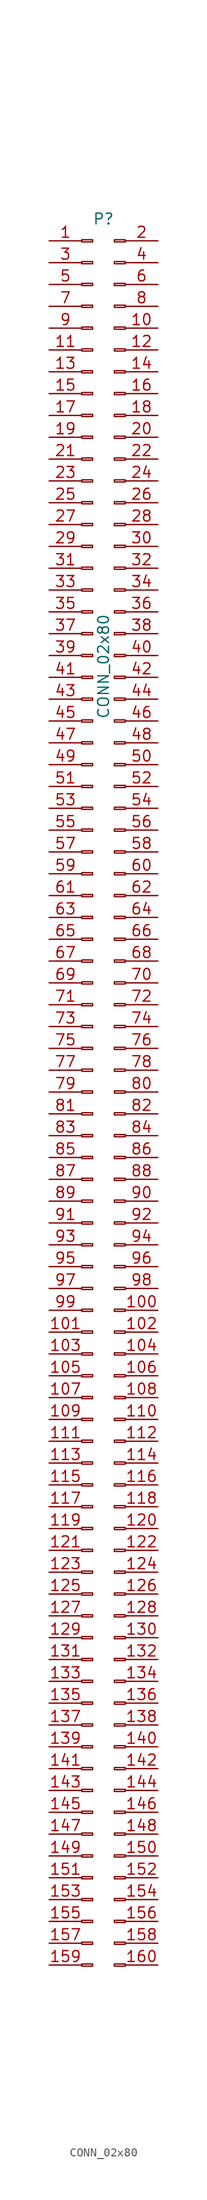
<source format=kicad_sym>
(kicad_symbol_lib
  (version 20211014)
  (generator kicad_symbol_editor)
  (symbol "CONN_02x80"
    (pin_names
      (offset 0.025) hide)
    (property "Reference" "P"
      (at 0 102.87 0)
      (effects (font (size 1.27 1.27))))
    (property "Value" "CONN_02x80"
      (at 0 50.8 90)
      (effects (font (size 1.27 1.27))))
    (property "Footprint" ""
      (at 0 50.8 0)
      (effects (font (size 1.524 1.524))))
    (property "Datasheet" ""
      (at 0 50.8 0)
      (effects (font (size 1.524 1.524))))
    (symbol "CONN_02x80_0_1"
      (rectangle (start -2.54 -100.203) (end -1.27 -100.457) (stroke (width 0) (type default) (color 0 0 0 0)) (fill (type none)))
      (rectangle (start -2.54 -97.663) (end -1.27 -97.917) (stroke (width 0) (type default) (color 0 0 0 0)) (fill (type none)))
      (rectangle (start -2.54 -95.123) (end -1.27 -95.377) (stroke (width 0) (type default) (color 0 0 0 0)) (fill (type none)))
      (rectangle (start -2.54 -92.583) (end -1.27 -92.837) (stroke (width 0) (type default) (color 0 0 0 0)) (fill (type none)))
      (rectangle (start -2.54 -90.043) (end -1.27 -90.297) (stroke (width 0) (type default) (color 0 0 0 0)) (fill (type none)))
      (rectangle (start -2.54 -87.503) (end -1.27 -87.757) (stroke (width 0) (type default) (color 0 0 0 0)) (fill (type none)))
      (rectangle (start -2.54 -84.963) (end -1.27 -85.217) (stroke (width 0) (type default) (color 0 0 0 0)) (fill (type none)))
      (rectangle (start -2.54 -82.423) (end -1.27 -82.677) (stroke (width 0) (type default) (color 0 0 0 0)) (fill (type none)))
      (rectangle (start -2.54 -79.883) (end -1.27 -80.137) (stroke (width 0) (type default) (color 0 0 0 0)) (fill (type none)))
      (rectangle (start -2.54 -77.343) (end -1.27 -77.597) (stroke (width 0) (type default) (color 0 0 0 0)) (fill (type none)))
      (rectangle (start -2.54 -74.803) (end -1.27 -75.057) (stroke (width 0) (type default) (color 0 0 0 0)) (fill (type none)))
      (rectangle (start -2.54 -72.263) (end -1.27 -72.517) (stroke (width 0) (type default) (color 0 0 0 0)) (fill (type none)))
      (rectangle (start -2.54 -69.723) (end -1.27 -69.977) (stroke (width 0) (type default) (color 0 0 0 0)) (fill (type none)))
      (rectangle (start -2.54 -67.183) (end -1.27 -67.437) (stroke (width 0) (type default) (color 0 0 0 0)) (fill (type none)))
      (rectangle (start -2.54 -64.643) (end -1.27 -64.897) (stroke (width 0) (type default) (color 0 0 0 0)) (fill (type none)))
      (rectangle (start -2.54 -62.103) (end -1.27 -62.357) (stroke (width 0) (type default) (color 0 0 0 0)) (fill (type none)))
      (rectangle (start -2.54 -59.563) (end -1.27 -59.817) (stroke (width 0) (type default) (color 0 0 0 0)) (fill (type none)))
      (rectangle (start -2.54 -57.023) (end -1.27 -57.277) (stroke (width 0) (type default) (color 0 0 0 0)) (fill (type none)))
      (rectangle (start -2.54 -54.483) (end -1.27 -54.737) (stroke (width 0) (type default) (color 0 0 0 0)) (fill (type none)))
      (rectangle (start -2.54 -51.943) (end -1.27 -52.197) (stroke (width 0) (type default) (color 0 0 0 0)) (fill (type none)))
      (rectangle (start -2.54 -49.403) (end -1.27 -49.657) (stroke (width 0) (type default) (color 0 0 0 0)) (fill (type none)))
      (rectangle (start -2.54 -46.863) (end -1.27 -47.117) (stroke (width 0) (type default) (color 0 0 0 0)) (fill (type none)))
      (rectangle (start -2.54 -44.323) (end -1.27 -44.577) (stroke (width 0) (type default) (color 0 0 0 0)) (fill (type none)))
      (rectangle (start -2.54 -41.783) (end -1.27 -42.037) (stroke (width 0) (type default) (color 0 0 0 0)) (fill (type none)))
      (rectangle (start -2.54 -39.243) (end -1.27 -39.497) (stroke (width 0) (type default) (color 0 0 0 0)) (fill (type none)))
      (rectangle (start -2.54 -36.703) (end -1.27 -36.957) (stroke (width 0) (type default) (color 0 0 0 0)) (fill (type none)))
      (rectangle (start -2.54 -34.163) (end -1.27 -34.417) (stroke (width 0) (type default) (color 0 0 0 0)) (fill (type none)))
      (rectangle (start -2.54 -31.623) (end -1.27 -31.877) (stroke (width 0) (type default) (color 0 0 0 0)) (fill (type none)))
      (rectangle (start -2.54 -29.083) (end -1.27 -29.337) (stroke (width 0) (type default) (color 0 0 0 0)) (fill (type none)))
      (rectangle (start -2.54 -26.543) (end -1.27 -26.797) (stroke (width 0) (type default) (color 0 0 0 0)) (fill (type none)))
      (rectangle (start -2.54 -24.003) (end -1.27 -24.257) (stroke (width 0) (type default) (color 0 0 0 0)) (fill (type none)))
      (rectangle (start -2.54 -21.463) (end -1.27 -21.717) (stroke (width 0) (type default) (color 0 0 0 0)) (fill (type none)))
      (rectangle (start -2.54 -18.923) (end -1.27 -19.177) (stroke (width 0) (type default) (color 0 0 0 0)) (fill (type none)))
      (rectangle (start -2.54 -16.383) (end -1.27 -16.637) (stroke (width 0) (type default) (color 0 0 0 0)) (fill (type none)))
      (rectangle (start -2.54 -13.843) (end -1.27 -14.097) (stroke (width 0) (type default) (color 0 0 0 0)) (fill (type none)))
      (rectangle (start -2.54 -11.303) (end -1.27 -11.557) (stroke (width 0) (type default) (color 0 0 0 0)) (fill (type none)))
      (rectangle (start -2.54 -8.763) (end -1.27 -9.017) (stroke (width 0) (type default) (color 0 0 0 0)) (fill (type none)))
      (rectangle (start -2.54 -6.223) (end -1.27 -6.477) (stroke (width 0) (type default) (color 0 0 0 0)) (fill (type none)))
      (rectangle (start -2.54 -3.683) (end -1.27 -3.937) (stroke (width 0) (type default) (color 0 0 0 0)) (fill (type none)))
      (rectangle (start -2.54 -1.143) (end -1.27 -1.397) (stroke (width 0) (type default) (color 0 0 0 0)) (fill (type none)))
      (rectangle (start -2.54 1.397) (end -1.27 1.143) (stroke (width 0) (type default) (color 0 0 0 0)) (fill (type none)))
      (rectangle (start -2.54 3.937) (end -1.27 3.683) (stroke (width 0) (type default) (color 0 0 0 0)) (fill (type none)))
      (rectangle (start -2.54 6.477) (end -1.27 6.223) (stroke (width 0) (type default) (color 0 0 0 0)) (fill (type none)))
      (rectangle (start -2.54 9.017) (end -1.27 8.763) (stroke (width 0) (type default) (color 0 0 0 0)) (fill (type none)))
      (rectangle (start -2.54 11.557) (end -1.27 11.303) (stroke (width 0) (type default) (color 0 0 0 0)) (fill (type none)))
      (rectangle (start -2.54 14.097) (end -1.27 13.843) (stroke (width 0) (type default) (color 0 0 0 0)) (fill (type none)))
      (rectangle (start -2.54 16.637) (end -1.27 16.383) (stroke (width 0) (type default) (color 0 0 0 0)) (fill (type none)))
      (rectangle (start -2.54 19.177) (end -1.27 18.923) (stroke (width 0) (type default) (color 0 0 0 0)) (fill (type none)))
      (rectangle (start -2.54 21.717) (end -1.27 21.463) (stroke (width 0) (type default) (color 0 0 0 0)) (fill (type none)))
      (rectangle (start -2.54 24.257) (end -1.27 24.003) (stroke (width 0) (type default) (color 0 0 0 0)) (fill (type none)))
      (rectangle (start -2.54 26.797) (end -1.27 26.543) (stroke (width 0) (type default) (color 0 0 0 0)) (fill (type none)))
      (rectangle (start -2.54 29.337) (end -1.27 29.083) (stroke (width 0) (type default) (color 0 0 0 0)) (fill (type none)))
      (rectangle (start -2.54 31.877) (end -1.27 31.623) (stroke (width 0) (type default) (color 0 0 0 0)) (fill (type none)))
      (rectangle (start -2.54 34.417) (end -1.27 34.163) (stroke (width 0) (type default) (color 0 0 0 0)) (fill (type none)))
      (rectangle (start -2.54 36.957) (end -1.27 36.703) (stroke (width 0) (type default) (color 0 0 0 0)) (fill (type none)))
      (rectangle (start -2.54 39.497) (end -1.27 39.243) (stroke (width 0) (type default) (color 0 0 0 0)) (fill (type none)))
      (rectangle (start -2.54 42.037) (end -1.27 41.783) (stroke (width 0) (type default) (color 0 0 0 0)) (fill (type none)))
      (rectangle (start -2.54 44.577) (end -1.27 44.323) (stroke (width 0) (type default) (color 0 0 0 0)) (fill (type none)))
      (rectangle (start -2.54 47.117) (end -1.27 46.863) (stroke (width 0) (type default) (color 0 0 0 0)) (fill (type none)))
      (rectangle (start -2.54 49.657) (end -1.27 49.403) (stroke (width 0) (type default) (color 0 0 0 0)) (fill (type none)))
      (rectangle (start -2.54 52.197) (end -1.27 51.943) (stroke (width 0) (type default) (color 0 0 0 0)) (fill (type none)))
      (rectangle (start -2.54 54.737) (end -1.27 54.483) (stroke (width 0) (type default) (color 0 0 0 0)) (fill (type none)))
      (rectangle (start -2.54 57.277) (end -1.27 57.023) (stroke (width 0) (type default) (color 0 0 0 0)) (fill (type none)))
      (rectangle (start -2.54 59.817) (end -1.27 59.563) (stroke (width 0) (type default) (color 0 0 0 0)) (fill (type none)))
      (rectangle (start -2.54 62.357) (end -1.27 62.103) (stroke (width 0) (type default) (color 0 0 0 0)) (fill (type none)))
      (rectangle (start -2.54 64.897) (end -1.27 64.643) (stroke (width 0) (type default) (color 0 0 0 0)) (fill (type none)))
      (rectangle (start -2.54 67.437) (end -1.27 67.183) (stroke (width 0) (type default) (color 0 0 0 0)) (fill (type none)))
      (rectangle (start -2.54 69.977) (end -1.27 69.723) (stroke (width 0) (type default) (color 0 0 0 0)) (fill (type none)))
      (rectangle (start -2.54 72.517) (end -1.27 72.263) (stroke (width 0) (type default) (color 0 0 0 0)) (fill (type none)))
      (rectangle (start -2.54 75.057) (end -1.27 74.803) (stroke (width 0) (type default) (color 0 0 0 0)) (fill (type none)))
      (rectangle (start -2.54 77.597) (end -1.27 77.343) (stroke (width 0) (type default) (color 0 0 0 0)) (fill (type none)))
      (rectangle (start -2.54 80.137) (end -1.27 79.883) (stroke (width 0) (type default) (color 0 0 0 0)) (fill (type none)))
      (rectangle (start -2.54 82.677) (end -1.27 82.423) (stroke (width 0) (type default) (color 0 0 0 0)) (fill (type none)))
      (rectangle (start -2.54 85.217) (end -1.27 84.963) (stroke (width 0) (type default) (color 0 0 0 0)) (fill (type none)))
      (rectangle (start -2.54 87.757) (end -1.27 87.503) (stroke (width 0) (type default) (color 0 0 0 0)) (fill (type none)))
      (rectangle (start -2.54 90.297) (end -1.27 90.043) (stroke (width 0) (type default) (color 0 0 0 0)) (fill (type none)))
      (rectangle (start -2.54 92.837) (end -1.27 92.583) (stroke (width 0) (type default) (color 0 0 0 0)) (fill (type none)))
      (rectangle (start -2.54 95.377) (end -1.27 95.123) (stroke (width 0) (type default) (color 0 0 0 0)) (fill (type none)))
      (rectangle (start -2.54 97.917) (end -1.27 97.663) (stroke (width 0) (type default) (color 0 0 0 0)) (fill (type none)))
      (rectangle (start -2.54 100.457) (end -1.27 100.203) (stroke (width 0) (type default) (color 0 0 0 0)) (fill (type none)))
      (rectangle (start 1.27 -100.203) (end 2.54 -100.457) (stroke (width 0) (type default) (color 0 0 0 0)) (fill (type none)))
      (rectangle (start 1.27 -97.663) (end 2.54 -97.917) (stroke (width 0) (type default) (color 0 0 0 0)) (fill (type none)))
      (rectangle (start 1.27 -95.123) (end 2.54 -95.377) (stroke (width 0) (type default) (color 0 0 0 0)) (fill (type none)))
      (rectangle (start 1.27 -92.583) (end 2.54 -92.837) (stroke (width 0) (type default) (color 0 0 0 0)) (fill (type none)))
      (rectangle (start 1.27 -90.043) (end 2.54 -90.297) (stroke (width 0) (type default) (color 0 0 0 0)) (fill (type none)))
      (rectangle (start 1.27 -87.503) (end 2.54 -87.757) (stroke (width 0) (type default) (color 0 0 0 0)) (fill (type none)))
      (rectangle (start 1.27 -84.963) (end 2.54 -85.217) (stroke (width 0) (type default) (color 0 0 0 0)) (fill (type none)))
      (rectangle (start 1.27 -82.423) (end 2.54 -82.677) (stroke (width 0) (type default) (color 0 0 0 0)) (fill (type none)))
      (rectangle (start 1.27 -79.883) (end 2.54 -80.137) (stroke (width 0) (type default) (color 0 0 0 0)) (fill (type none)))
      (rectangle (start 1.27 -77.343) (end 2.54 -77.597) (stroke (width 0) (type default) (color 0 0 0 0)) (fill (type none)))
      (rectangle (start 1.27 -74.803) (end 2.54 -75.057) (stroke (width 0) (type default) (color 0 0 0 0)) (fill (type none)))
      (rectangle (start 1.27 -72.263) (end 2.54 -72.517) (stroke (width 0) (type default) (color 0 0 0 0)) (fill (type none)))
      (rectangle (start 1.27 -69.723) (end 2.54 -69.977) (stroke (width 0) (type default) (color 0 0 0 0)) (fill (type none)))
      (rectangle (start 1.27 -67.183) (end 2.54 -67.437) (stroke (width 0) (type default) (color 0 0 0 0)) (fill (type none)))
      (rectangle (start 1.27 -64.643) (end 2.54 -64.897) (stroke (width 0) (type default) (color 0 0 0 0)) (fill (type none)))
      (rectangle (start 1.27 -62.103) (end 2.54 -62.357) (stroke (width 0) (type default) (color 0 0 0 0)) (fill (type none)))
      (rectangle (start 1.27 -59.563) (end 2.54 -59.817) (stroke (width 0) (type default) (color 0 0 0 0)) (fill (type none)))
      (rectangle (start 1.27 -57.023) (end 2.54 -57.277) (stroke (width 0) (type default) (color 0 0 0 0)) (fill (type none)))
      (rectangle (start 1.27 -54.483) (end 2.54 -54.737) (stroke (width 0) (type default) (color 0 0 0 0)) (fill (type none)))
      (rectangle (start 1.27 -51.943) (end 2.54 -52.197) (stroke (width 0) (type default) (color 0 0 0 0)) (fill (type none)))
      (rectangle (start 1.27 -49.403) (end 2.54 -49.657) (stroke (width 0) (type default) (color 0 0 0 0)) (fill (type none)))
      (rectangle (start 1.27 -46.863) (end 2.54 -47.117) (stroke (width 0) (type default) (color 0 0 0 0)) (fill (type none)))
      (rectangle (start 1.27 -44.323) (end 2.54 -44.577) (stroke (width 0) (type default) (color 0 0 0 0)) (fill (type none)))
      (rectangle (start 1.27 -41.783) (end 2.54 -42.037) (stroke (width 0) (type default) (color 0 0 0 0)) (fill (type none)))
      (rectangle (start 1.27 -39.243) (end 2.54 -39.497) (stroke (width 0) (type default) (color 0 0 0 0)) (fill (type none)))
      (rectangle (start 1.27 -36.703) (end 2.54 -36.957) (stroke (width 0) (type default) (color 0 0 0 0)) (fill (type none)))
      (rectangle (start 1.27 -34.163) (end 2.54 -34.417) (stroke (width 0) (type default) (color 0 0 0 0)) (fill (type none)))
      (rectangle (start 1.27 -31.623) (end 2.54 -31.877) (stroke (width 0) (type default) (color 0 0 0 0)) (fill (type none)))
      (rectangle (start 1.27 -29.083) (end 2.54 -29.337) (stroke (width 0) (type default) (color 0 0 0 0)) (fill (type none)))
      (rectangle (start 1.27 -26.543) (end 2.54 -26.797) (stroke (width 0) (type default) (color 0 0 0 0)) (fill (type none)))
      (rectangle (start 1.27 -24.003) (end 2.54 -24.257) (stroke (width 0) (type default) (color 0 0 0 0)) (fill (type none)))
      (rectangle (start 1.27 -21.463) (end 2.54 -21.717) (stroke (width 0) (type default) (color 0 0 0 0)) (fill (type none)))
      (rectangle (start 1.27 -18.923) (end 2.54 -19.177) (stroke (width 0) (type default) (color 0 0 0 0)) (fill (type none)))
      (rectangle (start 1.27 -16.383) (end 2.54 -16.637) (stroke (width 0) (type default) (color 0 0 0 0)) (fill (type none)))
      (rectangle (start 1.27 -13.843) (end 2.54 -14.097) (stroke (width 0) (type default) (color 0 0 0 0)) (fill (type none)))
      (rectangle (start 1.27 -11.303) (end 2.54 -11.557) (stroke (width 0) (type default) (color 0 0 0 0)) (fill (type none)))
      (rectangle (start 1.27 -8.763) (end 2.54 -9.017) (stroke (width 0) (type default) (color 0 0 0 0)) (fill (type none)))
      (rectangle (start 1.27 -6.223) (end 2.54 -6.477) (stroke (width 0) (type default) (color 0 0 0 0)) (fill (type none)))
      (rectangle (start 1.27 -3.683) (end 2.54 -3.937) (stroke (width 0) (type default) (color 0 0 0 0)) (fill (type none)))
      (rectangle (start 1.27 -1.143) (end 2.54 -1.397) (stroke (width 0) (type default) (color 0 0 0 0)) (fill (type none)))
      (rectangle (start 1.27 1.397) (end 2.54 1.143) (stroke (width 0) (type default) (color 0 0 0 0)) (fill (type none)))
      (rectangle (start 1.27 3.937) (end 2.54 3.683) (stroke (width 0) (type default) (color 0 0 0 0)) (fill (type none)))
      (rectangle (start 1.27 6.477) (end 2.54 6.223) (stroke (width 0) (type default) (color 0 0 0 0)) (fill (type none)))
      (rectangle (start 1.27 9.017) (end 2.54 8.763) (stroke (width 0) (type default) (color 0 0 0 0)) (fill (type none)))
      (rectangle (start 1.27 11.557) (end 2.54 11.303) (stroke (width 0) (type default) (color 0 0 0 0)) (fill (type none)))
      (rectangle (start 1.27 14.097) (end 2.54 13.843) (stroke (width 0) (type default) (color 0 0 0 0)) (fill (type none)))
      (rectangle (start 1.27 16.637) (end 2.54 16.383) (stroke (width 0) (type default) (color 0 0 0 0)) (fill (type none)))
      (rectangle (start 1.27 19.177) (end 2.54 18.923) (stroke (width 0) (type default) (color 0 0 0 0)) (fill (type none)))
      (rectangle (start 1.27 21.717) (end 2.54 21.463) (stroke (width 0) (type default) (color 0 0 0 0)) (fill (type none)))
      (rectangle (start 1.27 24.257) (end 2.54 24.003) (stroke (width 0) (type default) (color 0 0 0 0)) (fill (type none)))
      (rectangle (start 1.27 26.797) (end 2.54 26.543) (stroke (width 0) (type default) (color 0 0 0 0)) (fill (type none)))
      (rectangle (start 1.27 29.337) (end 2.54 29.083) (stroke (width 0) (type default) (color 0 0 0 0)) (fill (type none)))
      (rectangle (start 1.27 31.877) (end 2.54 31.623) (stroke (width 0) (type default) (color 0 0 0 0)) (fill (type none)))
      (rectangle (start 1.27 34.417) (end 2.54 34.163) (stroke (width 0) (type default) (color 0 0 0 0)) (fill (type none)))
      (rectangle (start 1.27 36.957) (end 2.54 36.703) (stroke (width 0) (type default) (color 0 0 0 0)) (fill (type none)))
      (rectangle (start 1.27 39.497) (end 2.54 39.243) (stroke (width 0) (type default) (color 0 0 0 0)) (fill (type none)))
      (rectangle (start 1.27 42.037) (end 2.54 41.783) (stroke (width 0) (type default) (color 0 0 0 0)) (fill (type none)))
      (rectangle (start 1.27 44.577) (end 2.54 44.323) (stroke (width 0) (type default) (color 0 0 0 0)) (fill (type none)))
      (rectangle (start 1.27 47.117) (end 2.54 46.863) (stroke (width 0) (type default) (color 0 0 0 0)) (fill (type none)))
      (rectangle (start 1.27 49.657) (end 2.54 49.403) (stroke (width 0) (type default) (color 0 0 0 0)) (fill (type none)))
      (rectangle (start 1.27 52.197) (end 2.54 51.943) (stroke (width 0) (type default) (color 0 0 0 0)) (fill (type none)))
      (rectangle (start 1.27 54.737) (end 2.54 54.483) (stroke (width 0) (type default) (color 0 0 0 0)) (fill (type none)))
      (rectangle (start 1.27 57.277) (end 2.54 57.023) (stroke (width 0) (type default) (color 0 0 0 0)) (fill (type none)))
      (rectangle (start 1.27 59.817) (end 2.54 59.563) (stroke (width 0) (type default) (color 0 0 0 0)) (fill (type none)))
      (rectangle (start 1.27 62.357) (end 2.54 62.103) (stroke (width 0) (type default) (color 0 0 0 0)) (fill (type none)))
      (rectangle (start 1.27 64.897) (end 2.54 64.643) (stroke (width 0) (type default) (color 0 0 0 0)) (fill (type none)))
      (rectangle (start 1.27 67.437) (end 2.54 67.183) (stroke (width 0) (type default) (color 0 0 0 0)) (fill (type none)))
      (rectangle (start 1.27 69.977) (end 2.54 69.723) (stroke (width 0) (type default) (color 0 0 0 0)) (fill (type none)))
      (rectangle (start 1.27 72.517) (end 2.54 72.263) (stroke (width 0) (type default) (color 0 0 0 0)) (fill (type none)))
      (rectangle (start 1.27 75.057) (end 2.54 74.803) (stroke (width 0) (type default) (color 0 0 0 0)) (fill (type none)))
      (rectangle (start 1.27 77.597) (end 2.54 77.343) (stroke (width 0) (type default) (color 0 0 0 0)) (fill (type none)))
      (rectangle (start 1.27 80.137) (end 2.54 79.883) (stroke (width 0) (type default) (color 0 0 0 0)) (fill (type none)))
      (rectangle (start 1.27 82.677) (end 2.54 82.423) (stroke (width 0) (type default) (color 0 0 0 0)) (fill (type none)))
      (rectangle (start 1.27 85.217) (end 2.54 84.963) (stroke (width 0) (type default) (color 0 0 0 0)) (fill (type none)))
      (rectangle (start 1.27 87.757) (end 2.54 87.503) (stroke (width 0) (type default) (color 0 0 0 0)) (fill (type none)))
      (rectangle (start 1.27 90.297) (end 2.54 90.043) (stroke (width 0) (type default) (color 0 0 0 0)) (fill (type none)))
      (rectangle (start 1.27 92.837) (end 2.54 92.583) (stroke (width 0) (type default) (color 0 0 0 0)) (fill (type none)))
      (rectangle (start 1.27 95.377) (end 2.54 95.123) (stroke (width 0) (type default) (color 0 0 0 0)) (fill (type none)))
      (rectangle (start 1.27 97.917) (end 2.54 97.663) (stroke (width 0) (type default) (color 0 0 0 0)) (fill (type none)))
      (rectangle (start 1.27 100.457) (end 2.54 100.203) (stroke (width 0) (type default) (color 0 0 0 0)) (fill (type none))))
    (symbol "CONN_02x80_1_1"
      (pin passive line (at -6.35 100.33 0) (length 3.81) (name "P1" (effects (font (size 1.27 1.27)))) (number "1" (effects (font (size 1.27 1.27)))))
      (pin passive line (at 6.35 90.17 180) (length 3.81) (name "P10" (effects (font (size 1.27 1.27)))) (number "10" (effects (font (size 1.27 1.27)))))
      (pin passive line (at 6.35 -24.13 180) (length 3.81) (name "P20" (effects (font (size 1.27 1.27)))) (number "100" (effects (font (size 1.27 1.27)))))
      (pin passive line (at -6.35 -26.67 0) (length 3.81) (name "P21" (effects (font (size 1.27 1.27)))) (number "101" (effects (font (size 1.27 1.27)))))
      (pin passive line (at 6.35 -26.67 180) (length 3.81) (name "P22" (effects (font (size 1.27 1.27)))) (number "102" (effects (font (size 1.27 1.27)))))
      (pin passive line (at -6.35 -29.21 0) (length 3.81) (name "P23" (effects (font (size 1.27 1.27)))) (number "103" (effects (font (size 1.27 1.27)))))
      (pin passive line (at 6.35 -29.21 180) (length 3.81) (name "P24" (effects (font (size 1.27 1.27)))) (number "104" (effects (font (size 1.27 1.27)))))
      (pin passive line (at -6.35 -31.75 0) (length 3.81) (name "P25" (effects (font (size 1.27 1.27)))) (number "105" (effects (font (size 1.27 1.27)))))
      (pin passive line (at 6.35 -31.75 180) (length 3.81) (name "P26" (effects (font (size 1.27 1.27)))) (number "106" (effects (font (size 1.27 1.27)))))
      (pin passive line (at -6.35 -34.29 0) (length 3.81) (name "P27" (effects (font (size 1.27 1.27)))) (number "107" (effects (font (size 1.27 1.27)))))
      (pin passive line (at 6.35 -34.29 180) (length 3.81) (name "P28" (effects (font (size 1.27 1.27)))) (number "108" (effects (font (size 1.27 1.27)))))
      (pin passive line (at -6.35 -36.83 0) (length 3.81) (name "P29" (effects (font (size 1.27 1.27)))) (number "109" (effects (font (size 1.27 1.27)))))
      (pin passive line (at -6.35 87.63 0) (length 3.81) (name "P11" (effects (font (size 1.27 1.27)))) (number "11" (effects (font (size 1.27 1.27)))))
      (pin passive line (at 6.35 -36.83 180) (length 3.81) (name "P30" (effects (font (size 1.27 1.27)))) (number "110" (effects (font (size 1.27 1.27)))))
      (pin passive line (at -6.35 -39.37 0) (length 3.81) (name "P31" (effects (font (size 1.27 1.27)))) (number "111" (effects (font (size 1.27 1.27)))))
      (pin passive line (at 6.35 -39.37 180) (length 3.81) (name "P32" (effects (font (size 1.27 1.27)))) (number "112" (effects (font (size 1.27 1.27)))))
      (pin passive line (at -6.35 -41.91 0) (length 3.81) (name "P33" (effects (font (size 1.27 1.27)))) (number "113" (effects (font (size 1.27 1.27)))))
      (pin passive line (at 6.35 -41.91 180) (length 3.81) (name "P34" (effects (font (size 1.27 1.27)))) (number "114" (effects (font (size 1.27 1.27)))))
      (pin passive line (at -6.35 -44.45 0) (length 3.81) (name "P35" (effects (font (size 1.27 1.27)))) (number "115" (effects (font (size 1.27 1.27)))))
      (pin passive line (at 6.35 -44.45 180) (length 3.81) (name "P36" (effects (font (size 1.27 1.27)))) (number "116" (effects (font (size 1.27 1.27)))))
      (pin passive line (at -6.35 -46.99 0) (length 3.81) (name "P37" (effects (font (size 1.27 1.27)))) (number "117" (effects (font (size 1.27 1.27)))))
      (pin passive line (at 6.35 -46.99 180) (length 3.81) (name "P38" (effects (font (size 1.27 1.27)))) (number "118" (effects (font (size 1.27 1.27)))))
      (pin passive line (at -6.35 -49.53 0) (length 3.81) (name "P39" (effects (font (size 1.27 1.27)))) (number "119" (effects (font (size 1.27 1.27)))))
      (pin passive line (at 6.35 87.63 180) (length 3.81) (name "P12" (effects (font (size 1.27 1.27)))) (number "12" (effects (font (size 1.27 1.27)))))
      (pin passive line (at 6.35 -49.53 180) (length 3.81) (name "P40" (effects (font (size 1.27 1.27)))) (number "120" (effects (font (size 1.27 1.27)))))
      (pin passive line (at -6.35 -52.07 0) (length 3.81) (name "P41" (effects (font (size 1.27 1.27)))) (number "121" (effects (font (size 1.27 1.27)))))
      (pin passive line (at 6.35 -52.07 180) (length 3.81) (name "P42" (effects (font (size 1.27 1.27)))) (number "122" (effects (font (size 1.27 1.27)))))
      (pin passive line (at -6.35 -54.61 0) (length 3.81) (name "P43" (effects (font (size 1.27 1.27)))) (number "123" (effects (font (size 1.27 1.27)))))
      (pin passive line (at 6.35 -54.61 180) (length 3.81) (name "P44" (effects (font (size 1.27 1.27)))) (number "124" (effects (font (size 1.27 1.27)))))
      (pin passive line (at -6.35 -57.15 0) (length 3.81) (name "P45" (effects (font (size 1.27 1.27)))) (number "125" (effects (font (size 1.27 1.27)))))
      (pin passive line (at 6.35 -57.15 180) (length 3.81) (name "P46" (effects (font (size 1.27 1.27)))) (number "126" (effects (font (size 1.27 1.27)))))
      (pin passive line (at -6.35 -59.69 0) (length 3.81) (name "P47" (effects (font (size 1.27 1.27)))) (number "127" (effects (font (size 1.27 1.27)))))
      (pin passive line (at 6.35 -59.69 180) (length 3.81) (name "P48" (effects (font (size 1.27 1.27)))) (number "128" (effects (font (size 1.27 1.27)))))
      (pin passive line (at -6.35 -62.23 0) (length 3.81) (name "P49" (effects (font (size 1.27 1.27)))) (number "129" (effects (font (size 1.27 1.27)))))
      (pin passive line (at -6.35 85.09 0) (length 3.81) (name "P13" (effects (font (size 1.27 1.27)))) (number "13" (effects (font (size 1.27 1.27)))))
      (pin passive line (at 6.35 -62.23 180) (length 3.81) (name "P50" (effects (font (size 1.27 1.27)))) (number "130" (effects (font (size 1.27 1.27)))))
      (pin passive line (at -6.35 -64.77 0) (length 3.81) (name "P51" (effects (font (size 1.27 1.27)))) (number "131" (effects (font (size 1.27 1.27)))))
      (pin passive line (at 6.35 -64.77 180) (length 3.81) (name "P52" (effects (font (size 1.27 1.27)))) (number "132" (effects (font (size 1.27 1.27)))))
      (pin passive line (at -6.35 -67.31 0) (length 3.81) (name "P53" (effects (font (size 1.27 1.27)))) (number "133" (effects (font (size 1.27 1.27)))))
      (pin passive line (at 6.35 -67.31 180) (length 3.81) (name "P54" (effects (font (size 1.27 1.27)))) (number "134" (effects (font (size 1.27 1.27)))))
      (pin passive line (at -6.35 -69.85 0) (length 3.81) (name "P55" (effects (font (size 1.27 1.27)))) (number "135" (effects (font (size 1.27 1.27)))))
      (pin passive line (at 6.35 -69.85 180) (length 3.81) (name "P56" (effects (font (size 1.27 1.27)))) (number "136" (effects (font (size 1.27 1.27)))))
      (pin passive line (at -6.35 -72.39 0) (length 3.81) (name "P57" (effects (font (size 1.27 1.27)))) (number "137" (effects (font (size 1.27 1.27)))))
      (pin passive line (at 6.35 -72.39 180) (length 3.81) (name "P58" (effects (font (size 1.27 1.27)))) (number "138" (effects (font (size 1.27 1.27)))))
      (pin passive line (at -6.35 -74.93 0) (length 3.81) (name "P59" (effects (font (size 1.27 1.27)))) (number "139" (effects (font (size 1.27 1.27)))))
      (pin passive line (at 6.35 85.09 180) (length 3.81) (name "P14" (effects (font (size 1.27 1.27)))) (number "14" (effects (font (size 1.27 1.27)))))
      (pin passive line (at 6.35 -74.93 180) (length 3.81) (name "P60" (effects (font (size 1.27 1.27)))) (number "140" (effects (font (size 1.27 1.27)))))
      (pin passive line (at -6.35 -77.47 0) (length 3.81) (name "P61" (effects (font (size 1.27 1.27)))) (number "141" (effects (font (size 1.27 1.27)))))
      (pin passive line (at 6.35 -77.47 180) (length 3.81) (name "P62" (effects (font (size 1.27 1.27)))) (number "142" (effects (font (size 1.27 1.27)))))
      (pin passive line (at -6.35 -80.01 0) (length 3.81) (name "P63" (effects (font (size 1.27 1.27)))) (number "143" (effects (font (size 1.27 1.27)))))
      (pin passive line (at 6.35 -80.01 180) (length 3.81) (name "P64" (effects (font (size 1.27 1.27)))) (number "144" (effects (font (size 1.27 1.27)))))
      (pin passive line (at -6.35 -82.55 0) (length 3.81) (name "P65" (effects (font (size 1.27 1.27)))) (number "145" (effects (font (size 1.27 1.27)))))
      (pin passive line (at 6.35 -82.55 180) (length 3.81) (name "P66" (effects (font (size 1.27 1.27)))) (number "146" (effects (font (size 1.27 1.27)))))
      (pin passive line (at -6.35 -85.09 0) (length 3.81) (name "P67" (effects (font (size 1.27 1.27)))) (number "147" (effects (font (size 1.27 1.27)))))
      (pin passive line (at 6.35 -85.09 180) (length 3.81) (name "P68" (effects (font (size 1.27 1.27)))) (number "148" (effects (font (size 1.27 1.27)))))
      (pin passive line (at -6.35 -87.63 0) (length 3.81) (name "P69" (effects (font (size 1.27 1.27)))) (number "149" (effects (font (size 1.27 1.27)))))
      (pin passive line (at -6.35 82.55 0) (length 3.81) (name "P15" (effects (font (size 1.27 1.27)))) (number "15" (effects (font (size 1.27 1.27)))))
      (pin passive line (at 6.35 -87.63 180) (length 3.81) (name "P70" (effects (font (size 1.27 1.27)))) (number "150" (effects (font (size 1.27 1.27)))))
      (pin passive line (at -6.35 -90.17 0) (length 3.81) (name "P71" (effects (font (size 1.27 1.27)))) (number "151" (effects (font (size 1.27 1.27)))))
      (pin passive line (at 6.35 -90.17 180) (length 3.81) (name "P72" (effects (font (size 1.27 1.27)))) (number "152" (effects (font (size 1.27 1.27)))))
      (pin passive line (at -6.35 -92.71 0) (length 3.81) (name "P73" (effects (font (size 1.27 1.27)))) (number "153" (effects (font (size 1.27 1.27)))))
      (pin passive line (at 6.35 -92.71 180) (length 3.81) (name "P74" (effects (font (size 1.27 1.27)))) (number "154" (effects (font (size 1.27 1.27)))))
      (pin passive line (at -6.35 -95.25 0) (length 3.81) (name "P75" (effects (font (size 1.27 1.27)))) (number "155" (effects (font (size 1.27 1.27)))))
      (pin passive line (at 6.35 -95.25 180) (length 3.81) (name "P76" (effects (font (size 1.27 1.27)))) (number "156" (effects (font (size 1.27 1.27)))))
      (pin passive line (at -6.35 -97.79 0) (length 3.81) (name "P77" (effects (font (size 1.27 1.27)))) (number "157" (effects (font (size 1.27 1.27)))))
      (pin passive line (at 6.35 -97.79 180) (length 3.81) (name "P78" (effects (font (size 1.27 1.27)))) (number "158" (effects (font (size 1.27 1.27)))))
      (pin passive line (at -6.35 -100.33 0) (length 3.81) (name "P79" (effects (font (size 1.27 1.27)))) (number "159" (effects (font (size 1.27 1.27)))))
      (pin passive line (at 6.35 82.55 180) (length 3.81) (name "P16" (effects (font (size 1.27 1.27)))) (number "16" (effects (font (size 1.27 1.27)))))
      (pin passive line (at 6.35 -100.33 180) (length 3.81) (name "P80" (effects (font (size 1.27 1.27)))) (number "160" (effects (font (size 1.27 1.27)))))
      (pin passive line (at -6.35 80.01 0) (length 3.81) (name "P17" (effects (font (size 1.27 1.27)))) (number "17" (effects (font (size 1.27 1.27)))))
      (pin passive line (at 6.35 80.01 180) (length 3.81) (name "P18" (effects (font (size 1.27 1.27)))) (number "18" (effects (font (size 1.27 1.27)))))
      (pin passive line (at -6.35 77.47 0) (length 3.81) (name "P19" (effects (font (size 1.27 1.27)))) (number "19" (effects (font (size 1.27 1.27)))))
      (pin passive line (at 6.35 100.33 180) (length 3.81) (name "P2" (effects (font (size 1.27 1.27)))) (number "2" (effects (font (size 1.27 1.27)))))
      (pin passive line (at 6.35 77.47 180) (length 3.81) (name "P20" (effects (font (size 1.27 1.27)))) (number "20" (effects (font (size 1.27 1.27)))))
      (pin passive line (at -6.35 74.93 0) (length 3.81) (name "P21" (effects (font (size 1.27 1.27)))) (number "21" (effects (font (size 1.27 1.27)))))
      (pin passive line (at 6.35 74.93 180) (length 3.81) (name "P22" (effects (font (size 1.27 1.27)))) (number "22" (effects (font (size 1.27 1.27)))))
      (pin passive line (at -6.35 72.39 0) (length 3.81) (name "P23" (effects (font (size 1.27 1.27)))) (number "23" (effects (font (size 1.27 1.27)))))
      (pin passive line (at 6.35 72.39 180) (length 3.81) (name "P24" (effects (font (size 1.27 1.27)))) (number "24" (effects (font (size 1.27 1.27)))))
      (pin passive line (at -6.35 69.85 0) (length 3.81) (name "P25" (effects (font (size 1.27 1.27)))) (number "25" (effects (font (size 1.27 1.27)))))
      (pin passive line (at 6.35 69.85 180) (length 3.81) (name "P26" (effects (font (size 1.27 1.27)))) (number "26" (effects (font (size 1.27 1.27)))))
      (pin passive line (at -6.35 67.31 0) (length 3.81) (name "P27" (effects (font (size 1.27 1.27)))) (number "27" (effects (font (size 1.27 1.27)))))
      (pin passive line (at 6.35 67.31 180) (length 3.81) (name "P28" (effects (font (size 1.27 1.27)))) (number "28" (effects (font (size 1.27 1.27)))))
      (pin passive line (at -6.35 64.77 0) (length 3.81) (name "P29" (effects (font (size 1.27 1.27)))) (number "29" (effects (font (size 1.27 1.27)))))
      (pin passive line (at -6.35 97.79 0) (length 3.81) (name "P3" (effects (font (size 1.27 1.27)))) (number "3" (effects (font (size 1.27 1.27)))))
      (pin passive line (at 6.35 64.77 180) (length 3.81) (name "P30" (effects (font (size 1.27 1.27)))) (number "30" (effects (font (size 1.27 1.27)))))
      (pin passive line (at -6.35 62.23 0) (length 3.81) (name "P31" (effects (font (size 1.27 1.27)))) (number "31" (effects (font (size 1.27 1.27)))))
      (pin passive line (at 6.35 62.23 180) (length 3.81) (name "P32" (effects (font (size 1.27 1.27)))) (number "32" (effects (font (size 1.27 1.27)))))
      (pin passive line (at -6.35 59.69 0) (length 3.81) (name "P33" (effects (font (size 1.27 1.27)))) (number "33" (effects (font (size 1.27 1.27)))))
      (pin passive line (at 6.35 59.69 180) (length 3.81) (name "P34" (effects (font (size 1.27 1.27)))) (number "34" (effects (font (size 1.27 1.27)))))
      (pin passive line (at -6.35 57.15 0) (length 3.81) (name "P35" (effects (font (size 1.27 1.27)))) (number "35" (effects (font (size 1.27 1.27)))))
      (pin passive line (at 6.35 57.15 180) (length 3.81) (name "P36" (effects (font (size 1.27 1.27)))) (number "36" (effects (font (size 1.27 1.27)))))
      (pin passive line (at -6.35 54.61 0) (length 3.81) (name "P37" (effects (font (size 1.27 1.27)))) (number "37" (effects (font (size 1.27 1.27)))))
      (pin passive line (at 6.35 54.61 180) (length 3.81) (name "P38" (effects (font (size 1.27 1.27)))) (number "38" (effects (font (size 1.27 1.27)))))
      (pin passive line (at -6.35 52.07 0) (length 3.81) (name "P39" (effects (font (size 1.27 1.27)))) (number "39" (effects (font (size 1.27 1.27)))))
      (pin passive line (at 6.35 97.79 180) (length 3.81) (name "P4" (effects (font (size 1.27 1.27)))) (number "4" (effects (font (size 1.27 1.27)))))
      (pin passive line (at 6.35 52.07 180) (length 3.81) (name "P40" (effects (font (size 1.27 1.27)))) (number "40" (effects (font (size 1.27 1.27)))))
      (pin passive line (at -6.35 49.53 0) (length 3.81) (name "P41" (effects (font (size 1.27 1.27)))) (number "41" (effects (font (size 1.27 1.27)))))
      (pin passive line (at 6.35 49.53 180) (length 3.81) (name "P42" (effects (font (size 1.27 1.27)))) (number "42" (effects (font (size 1.27 1.27)))))
      (pin passive line (at -6.35 46.99 0) (length 3.81) (name "P43" (effects (font (size 1.27 1.27)))) (number "43" (effects (font (size 1.27 1.27)))))
      (pin passive line (at 6.35 46.99 180) (length 3.81) (name "P44" (effects (font (size 1.27 1.27)))) (number "44" (effects (font (size 1.27 1.27)))))
      (pin passive line (at -6.35 44.45 0) (length 3.81) (name "P45" (effects (font (size 1.27 1.27)))) (number "45" (effects (font (size 1.27 1.27)))))
      (pin passive line (at 6.35 44.45 180) (length 3.81) (name "P46" (effects (font (size 1.27 1.27)))) (number "46" (effects (font (size 1.27 1.27)))))
      (pin passive line (at -6.35 41.91 0) (length 3.81) (name "P47" (effects (font (size 1.27 1.27)))) (number "47" (effects (font (size 1.27 1.27)))))
      (pin passive line (at 6.35 41.91 180) (length 3.81) (name "P48" (effects (font (size 1.27 1.27)))) (number "48" (effects (font (size 1.27 1.27)))))
      (pin passive line (at -6.35 39.37 0) (length 3.81) (name "P49" (effects (font (size 1.27 1.27)))) (number "49" (effects (font (size 1.27 1.27)))))
      (pin passive line (at -6.35 95.25 0) (length 3.81) (name "P5" (effects (font (size 1.27 1.27)))) (number "5" (effects (font (size 1.27 1.27)))))
      (pin passive line (at 6.35 39.37 180) (length 3.81) (name "P50" (effects (font (size 1.27 1.27)))) (number "50" (effects (font (size 1.27 1.27)))))
      (pin passive line (at -6.35 36.83 0) (length 3.81) (name "P51" (effects (font (size 1.27 1.27)))) (number "51" (effects (font (size 1.27 1.27)))))
      (pin passive line (at 6.35 36.83 180) (length 3.81) (name "P52" (effects (font (size 1.27 1.27)))) (number "52" (effects (font (size 1.27 1.27)))))
      (pin passive line (at -6.35 34.29 0) (length 3.81) (name "P53" (effects (font (size 1.27 1.27)))) (number "53" (effects (font (size 1.27 1.27)))))
      (pin passive line (at 6.35 34.29 180) (length 3.81) (name "P54" (effects (font (size 1.27 1.27)))) (number "54" (effects (font (size 1.27 1.27)))))
      (pin passive line (at -6.35 31.75 0) (length 3.81) (name "P55" (effects (font (size 1.27 1.27)))) (number "55" (effects (font (size 1.27 1.27)))))
      (pin passive line (at 6.35 31.75 180) (length 3.81) (name "P56" (effects (font (size 1.27 1.27)))) (number "56" (effects (font (size 1.27 1.27)))))
      (pin passive line (at -6.35 29.21 0) (length 3.81) (name "P57" (effects (font (size 1.27 1.27)))) (number "57" (effects (font (size 1.27 1.27)))))
      (pin passive line (at 6.35 29.21 180) (length 3.81) (name "P58" (effects (font (size 1.27 1.27)))) (number "58" (effects (font (size 1.27 1.27)))))
      (pin passive line (at -6.35 26.67 0) (length 3.81) (name "P59" (effects (font (size 1.27 1.27)))) (number "59" (effects (font (size 1.27 1.27)))))
      (pin passive line (at 6.35 95.25 180) (length 3.81) (name "P6" (effects (font (size 1.27 1.27)))) (number "6" (effects (font (size 1.27 1.27)))))
      (pin passive line (at 6.35 26.67 180) (length 3.81) (name "P60" (effects (font (size 1.27 1.27)))) (number "60" (effects (font (size 1.27 1.27)))))
      (pin passive line (at -6.35 24.13 0) (length 3.81) (name "P61" (effects (font (size 1.27 1.27)))) (number "61" (effects (font (size 1.27 1.27)))))
      (pin passive line (at 6.35 24.13 180) (length 3.81) (name "P62" (effects (font (size 1.27 1.27)))) (number "62" (effects (font (size 1.27 1.27)))))
      (pin passive line (at -6.35 21.59 0) (length 3.81) (name "P63" (effects (font (size 1.27 1.27)))) (number "63" (effects (font (size 1.27 1.27)))))
      (pin passive line (at 6.35 21.59 180) (length 3.81) (name "P64" (effects (font (size 1.27 1.27)))) (number "64" (effects (font (size 1.27 1.27)))))
      (pin passive line (at -6.35 19.05 0) (length 3.81) (name "P65" (effects (font (size 1.27 1.27)))) (number "65" (effects (font (size 1.27 1.27)))))
      (pin passive line (at 6.35 19.05 180) (length 3.81) (name "P66" (effects (font (size 1.27 1.27)))) (number "66" (effects (font (size 1.27 1.27)))))
      (pin passive line (at -6.35 16.51 0) (length 3.81) (name "P67" (effects (font (size 1.27 1.27)))) (number "67" (effects (font (size 1.27 1.27)))))
      (pin passive line (at 6.35 16.51 180) (length 3.81) (name "P68" (effects (font (size 1.27 1.27)))) (number "68" (effects (font (size 1.27 1.27)))))
      (pin passive line (at -6.35 13.97 0) (length 3.81) (name "P69" (effects (font (size 1.27 1.27)))) (number "69" (effects (font (size 1.27 1.27)))))
      (pin passive line (at -6.35 92.71 0) (length 3.81) (name "P7" (effects (font (size 1.27 1.27)))) (number "7" (effects (font (size 1.27 1.27)))))
      (pin passive line (at 6.35 13.97 180) (length 3.81) (name "P70" (effects (font (size 1.27 1.27)))) (number "70" (effects (font (size 1.27 1.27)))))
      (pin passive line (at -6.35 11.43 0) (length 3.81) (name "P71" (effects (font (size 1.27 1.27)))) (number "71" (effects (font (size 1.27 1.27)))))
      (pin passive line (at 6.35 11.43 180) (length 3.81) (name "P72" (effects (font (size 1.27 1.27)))) (number "72" (effects (font (size 1.27 1.27)))))
      (pin passive line (at -6.35 8.89 0) (length 3.81) (name "P73" (effects (font (size 1.27 1.27)))) (number "73" (effects (font (size 1.27 1.27)))))
      (pin passive line (at 6.35 8.89 180) (length 3.81) (name "P74" (effects (font (size 1.27 1.27)))) (number "74" (effects (font (size 1.27 1.27)))))
      (pin passive line (at -6.35 6.35 0) (length 3.81) (name "P75" (effects (font (size 1.27 1.27)))) (number "75" (effects (font (size 1.27 1.27)))))
      (pin passive line (at 6.35 6.35 180) (length 3.81) (name "P76" (effects (font (size 1.27 1.27)))) (number "76" (effects (font (size 1.27 1.27)))))
      (pin passive line (at -6.35 3.81 0) (length 3.81) (name "P77" (effects (font (size 1.27 1.27)))) (number "77" (effects (font (size 1.27 1.27)))))
      (pin passive line (at 6.35 3.81 180) (length 3.81) (name "P78" (effects (font (size 1.27 1.27)))) (number "78" (effects (font (size 1.27 1.27)))))
      (pin passive line (at -6.35 1.27 0) (length 3.81) (name "P79" (effects (font (size 1.27 1.27)))) (number "79" (effects (font (size 1.27 1.27)))))
      (pin passive line (at 6.35 92.71 180) (length 3.81) (name "P8" (effects (font (size 1.27 1.27)))) (number "8" (effects (font (size 1.27 1.27)))))
      (pin passive line (at 6.35 1.27 180) (length 3.81) (name "P80" (effects (font (size 1.27 1.27)))) (number "80" (effects (font (size 1.27 1.27)))))
      (pin passive line (at -6.35 -1.27 0) (length 3.81) (name "P81" (effects (font (size 1.27 1.27)))) (number "81" (effects (font (size 1.27 1.27)))))
      (pin passive line (at 6.35 -1.27 180) (length 3.81) (name "P82" (effects (font (size 1.27 1.27)))) (number "82" (effects (font (size 1.27 1.27)))))
      (pin passive line (at -6.35 -3.81 0) (length 3.81) (name "P83" (effects (font (size 1.27 1.27)))) (number "83" (effects (font (size 1.27 1.27)))))
      (pin passive line (at 6.35 -3.81 180) (length 3.81) (name "P4" (effects (font (size 1.27 1.27)))) (number "84" (effects (font (size 1.27 1.27)))))
      (pin passive line (at -6.35 -6.35 0) (length 3.81) (name "P5" (effects (font (size 1.27 1.27)))) (number "85" (effects (font (size 1.27 1.27)))))
      (pin passive line (at 6.35 -6.35 180) (length 3.81) (name "P6" (effects (font (size 1.27 1.27)))) (number "86" (effects (font (size 1.27 1.27)))))
      (pin passive line (at -6.35 -8.89 0) (length 3.81) (name "P7" (effects (font (size 1.27 1.27)))) (number "87" (effects (font (size 1.27 1.27)))))
      (pin passive line (at 6.35 -8.89 180) (length 3.81) (name "P8" (effects (font (size 1.27 1.27)))) (number "88" (effects (font (size 1.27 1.27)))))
      (pin passive line (at -6.35 -11.43 0) (length 3.81) (name "P9" (effects (font (size 1.27 1.27)))) (number "89" (effects (font (size 1.27 1.27)))))
      (pin passive line (at -6.35 90.17 0) (length 3.81) (name "P9" (effects (font (size 1.27 1.27)))) (number "9" (effects (font (size 1.27 1.27)))))
      (pin passive line (at 6.35 -11.43 180) (length 3.81) (name "P10" (effects (font (size 1.27 1.27)))) (number "90" (effects (font (size 1.27 1.27)))))
      (pin passive line (at -6.35 -13.97 0) (length 3.81) (name "P11" (effects (font (size 1.27 1.27)))) (number "91" (effects (font (size 1.27 1.27)))))
      (pin passive line (at 6.35 -13.97 180) (length 3.81) (name "P12" (effects (font (size 1.27 1.27)))) (number "92" (effects (font (size 1.27 1.27)))))
      (pin passive line (at -6.35 -16.51 0) (length 3.81) (name "P13" (effects (font (size 1.27 1.27)))) (number "93" (effects (font (size 1.27 1.27)))))
      (pin passive line (at 6.35 -16.51 180) (length 3.81) (name "P14" (effects (font (size 1.27 1.27)))) (number "94" (effects (font (size 1.27 1.27)))))
      (pin passive line (at -6.35 -19.05 0) (length 3.81) (name "P15" (effects (font (size 1.27 1.27)))) (number "95" (effects (font (size 1.27 1.27)))))
      (pin passive line (at 6.35 -19.05 180) (length 3.81) (name "P16" (effects (font (size 1.27 1.27)))) (number "96" (effects (font (size 1.27 1.27)))))
      (pin passive line (at -6.35 -21.59 0) (length 3.81) (name "P17" (effects (font (size 1.27 1.27)))) (number "97" (effects (font (size 1.27 1.27)))))
      (pin passive line (at 6.35 -21.59 180) (length 3.81) (name "P18" (effects (font (size 1.27 1.27)))) (number "98" (effects (font (size 1.27 1.27)))))
      (pin passive line (at -6.35 -24.13 0) (length 3.81) (name "P19" (effects (font (size 1.27 1.27)))) (number "99" (effects (font (size 1.27 1.27))))))))
</source>
